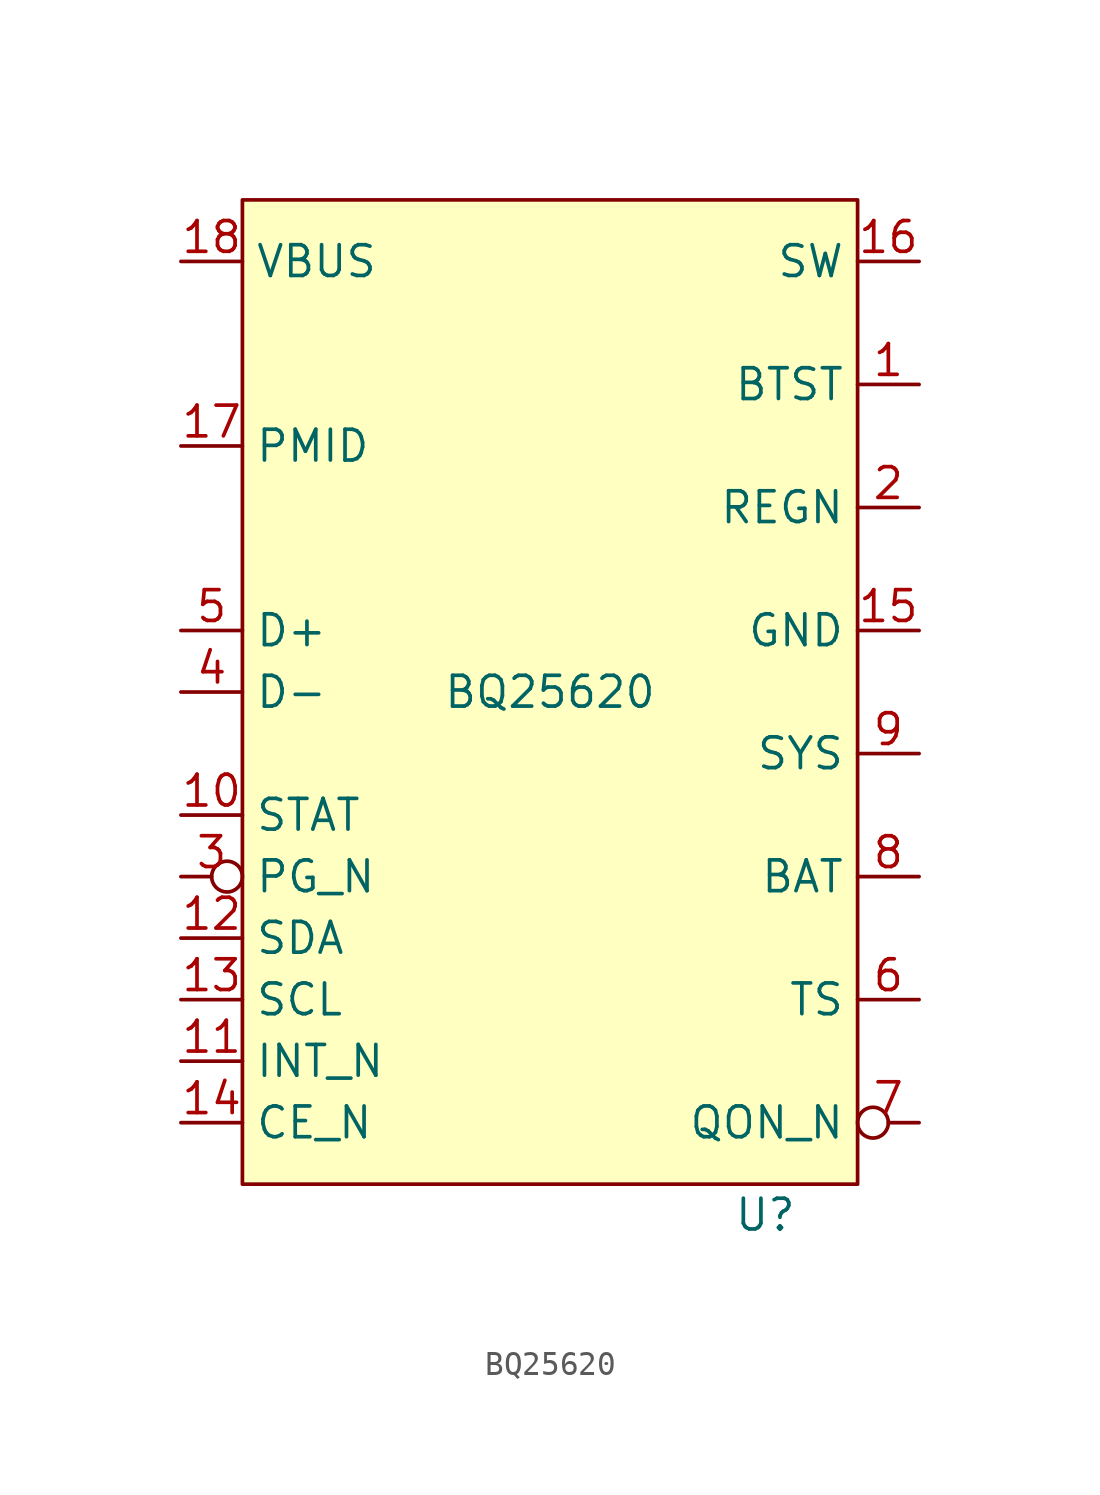
<source format=kicad_sym>
(kicad_symbol_lib
  (version 20220914)
  (generator kicad_symbol_editor)
  (symbol "BQ25620"
    (property "Reference" "U"
      (at 8.89 -21.59 0)
      (effects (font (size 1.27 1.27))))
    (property "Value" "BQ25620"
      (at 0 0 0)
      (effects (font (size 1.27 1.27))))
    (symbol "BQ25620_0_1"
      (rectangle (start -12.7 20.32) (end 12.7 -20.32) (stroke (width 0) (type default)) (fill (type background))))
    (symbol "BQ25620_1_0"
      (pin output line (at -15.24 -5.08 0) (length 2.54) (name "STAT" (effects (font (size 1.27 1.27)))) (number "10" (effects (font (size 1.27 1.27)))))
      (pin output line (at -15.24 -15.24 0) (length 2.54) (name "INT_N" (effects (font (size 1.27 1.27)))) (number "11" (effects (font (size 1.27 1.27)))))
      (pin bidirectional line (at -15.24 -10.16 0) (length 2.54) (name "SDA" (effects (font (size 1.27 1.27)))) (number "12" (effects (font (size 1.27 1.27)))))
      (pin input line (at -15.24 -12.7 0) (length 2.54) (name "SCL" (effects (font (size 1.27 1.27)))) (number "13" (effects (font (size 1.27 1.27)))))
      (pin input line (at -15.24 -17.78 0) (length 2.54) (name "CE_N" (effects (font (size 1.27 1.27)))) (number "14" (effects (font (size 1.27 1.27)))))
      (pin power_in line (at 15.24 2.54 180) (length 2.54) (name "GND" (effects (font (size 1.27 1.27)))) (number "15" (effects (font (size 1.27 1.27)))))
      (pin unspecified line (at 15.24 17.78 180) (length 2.54) (name "SW" (effects (font (size 1.27 1.27)))) (number "16" (effects (font (size 1.27 1.27)))))
      (pin unspecified line (at -15.24 10.16 0) (length 2.54) (name "PMID" (effects (font (size 1.27 1.27)))) (number "17" (effects (font (size 1.27 1.27)))))
      (pin power_in line (at -15.24 17.78 0) (length 2.54) (name "VBUS" (effects (font (size 1.27 1.27)))) (number "18" (effects (font (size 1.27 1.27)))))
      (pin output inverted (at -15.24 -7.62 0) (length 2.54) (name "PG_N" (effects (font (size 1.27 1.27)))) (number "3" (effects (font (size 1.27 1.27)))))
      (pin bidirectional line (at -15.24 0 0) (length 2.54) (name "D-" (effects (font (size 1.27 1.27)))) (number "4" (effects (font (size 1.27 1.27)))))
      (pin bidirectional line (at -15.24 2.54 0) (length 2.54) (name "D+" (effects (font (size 1.27 1.27)))) (number "5" (effects (font (size 1.27 1.27)))))
      (pin input line (at 15.24 -12.7 180) (length 2.54) (name "TS" (effects (font (size 1.27 1.27)))) (number "6" (effects (font (size 1.27 1.27)))))
      (pin input inverted (at 15.24 -17.78 180) (length 2.54) (name "QON_N" (effects (font (size 1.27 1.27)))) (number "7" (effects (font (size 1.27 1.27)))))
      (pin unspecified line (at 15.24 -7.62 180) (length 2.54) (name "BAT" (effects (font (size 1.27 1.27)))) (number "8" (effects (font (size 1.27 1.27)))))
      (pin unspecified line (at 15.24 -2.54 180) (length 2.54) (name "SYS" (effects (font (size 1.27 1.27)))) (number "9" (effects (font (size 1.27 1.27))))))
    (symbol "BQ25620_1_1"
      (pin unspecified line (at 15.24 12.7 180) (length 2.54) (name "BTST" (effects (font (size 1.27 1.27)))) (number "1" (effects (font (size 1.27 1.27)))))
      (pin unspecified line (at 15.24 7.62 180) (length 2.54) (name "REGN" (effects (font (size 1.27 1.27)))) (number "2" (effects (font (size 1.27 1.27))))))))
</source>
